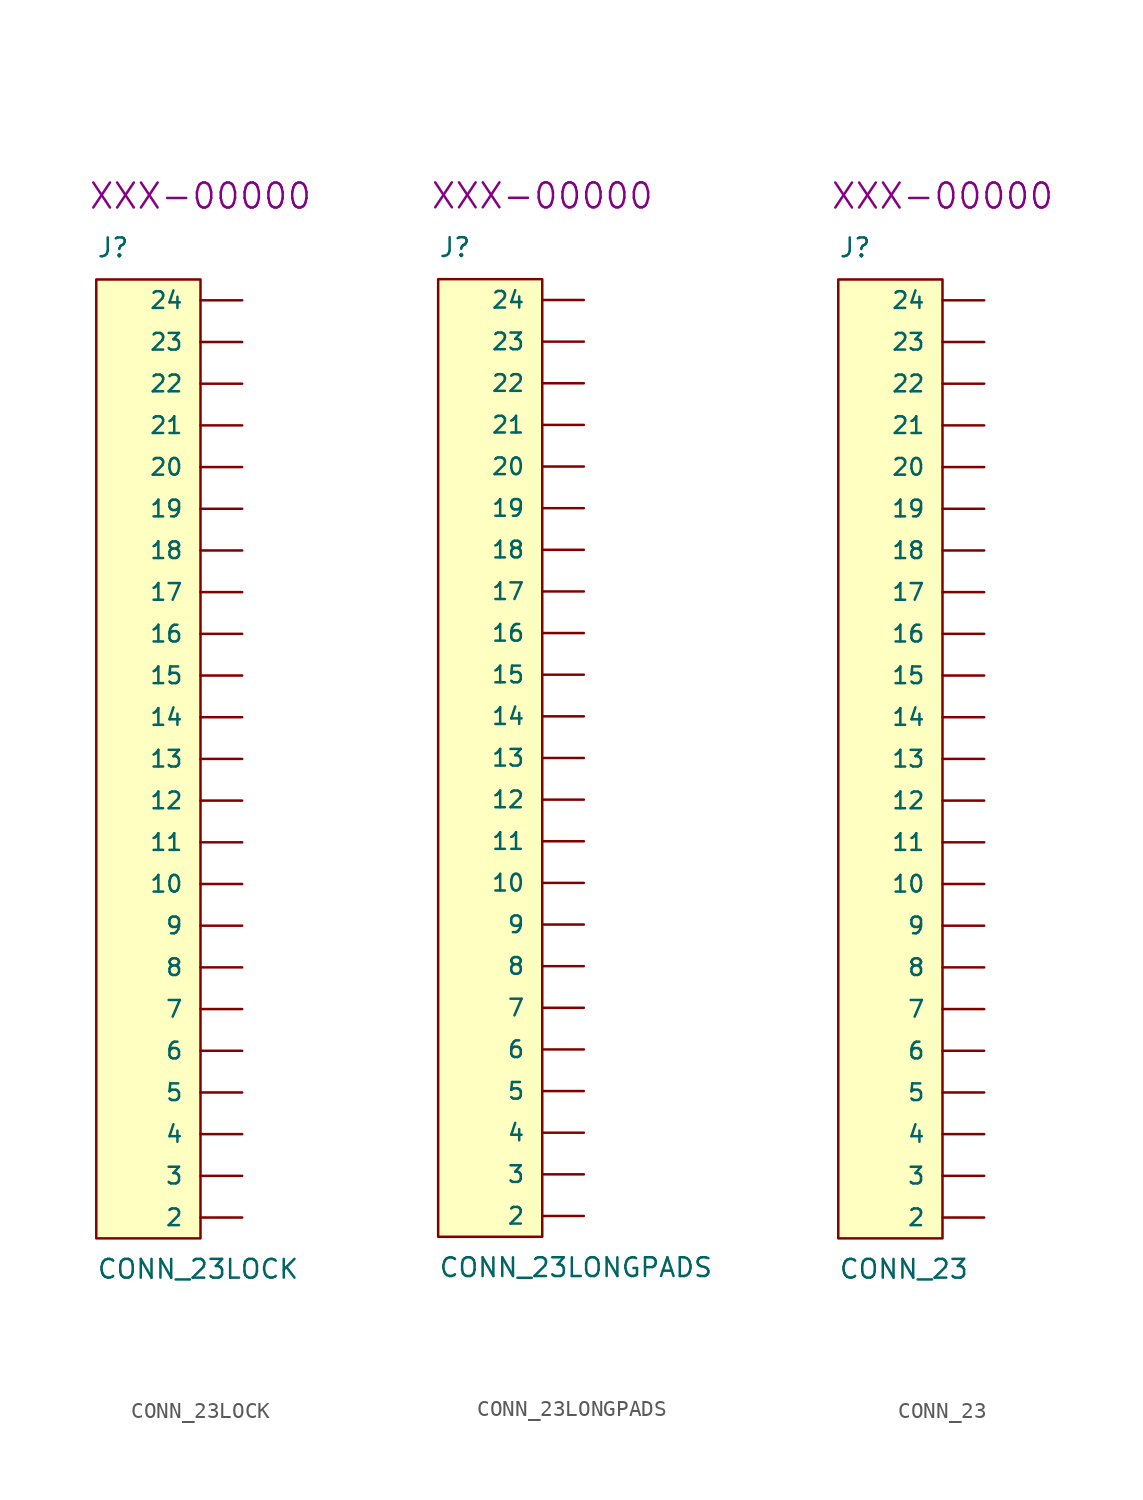
<source format=kicad_sym>
(kicad_symbol_lib
  (version 20201005)
  (generator kicad_symbol_editor)
  (symbol "CONN_23LOCK"
    (pin_numbers hide)
    (pin_names
      (offset 1.016))
    (property "Reference" "J"
      (at -6.35 58.42 0)
      (effects (font (size 1.143 1.143)) (justify left bottom)))
    (property "Value" "CONN_23LOCK"
      (at -6.35 -3.81 0)
      (effects (font (size 1.143 1.143)) (justify left bottom)))
    (property "Field4" "XXX-00000"
      (at 0 62.23 0)
      (effects (font (size 1.524 1.524))))
    (property "ki_locked" ""
      (at 0 0 0)
      (effects (font (size 1.27 1.27))))
    (symbol "CONN_23LOCK_0_1"
      (rectangle (start 0 -1.27) (end -6.35 57.15) (stroke (width 0)) (fill (type background))))
    (symbol "CONN_23LOCK_1_1"
      (pin passive line (at 2.54 0 180) (length 2.54) (name "2" (effects (font (size 1.016 1.016)))) (number "2" (effects (font (size 1.016 1.016)))))
      (pin passive line (at 2.54 2.54 180) (length 2.54) (name "3" (effects (font (size 1.016 1.016)))) (number "3" (effects (font (size 1.016 1.016)))))
      (pin passive line (at 2.54 5.08 180) (length 2.54) (name "4" (effects (font (size 1.016 1.016)))) (number "4" (effects (font (size 1.016 1.016)))))
      (pin passive line (at 2.54 7.62 180) (length 2.54) (name "5" (effects (font (size 1.016 1.016)))) (number "5" (effects (font (size 1.016 1.016)))))
      (pin passive line (at 2.54 10.16 180) (length 2.54) (name "6" (effects (font (size 1.016 1.016)))) (number "6" (effects (font (size 1.016 1.016)))))
      (pin passive line (at 2.54 12.7 180) (length 2.54) (name "7" (effects (font (size 1.016 1.016)))) (number "7" (effects (font (size 1.016 1.016)))))
      (pin passive line (at 2.54 15.24 180) (length 2.54) (name "8" (effects (font (size 1.016 1.016)))) (number "8" (effects (font (size 1.016 1.016)))))
      (pin passive line (at 2.54 17.78 180) (length 2.54) (name "9" (effects (font (size 1.016 1.016)))) (number "9" (effects (font (size 1.016 1.016)))))
      (pin passive line (at 2.54 20.32 180) (length 2.54) (name "10" (effects (font (size 1.016 1.016)))) (number "10" (effects (font (size 1.016 1.016)))))
      (pin passive line (at 2.54 45.72 180) (length 2.54) (name "20" (effects (font (size 1.016 1.016)))) (number "20" (effects (font (size 1.016 1.016)))))
      (pin passive line (at 2.54 22.86 180) (length 2.54) (name "11" (effects (font (size 1.016 1.016)))) (number "11" (effects (font (size 1.016 1.016)))))
      (pin passive line (at 2.54 48.26 180) (length 2.54) (name "21" (effects (font (size 1.016 1.016)))) (number "21" (effects (font (size 1.016 1.016)))))
      (pin passive line (at 2.54 25.4 180) (length 2.54) (name "12" (effects (font (size 1.016 1.016)))) (number "12" (effects (font (size 1.016 1.016)))))
      (pin passive line (at 2.54 50.8 180) (length 2.54) (name "22" (effects (font (size 1.016 1.016)))) (number "22" (effects (font (size 1.016 1.016)))))
      (pin passive line (at 2.54 27.94 180) (length 2.54) (name "13" (effects (font (size 1.016 1.016)))) (number "13" (effects (font (size 1.016 1.016)))))
      (pin passive line (at 2.54 53.34 180) (length 2.54) (name "23" (effects (font (size 1.016 1.016)))) (number "23" (effects (font (size 1.016 1.016)))))
      (pin passive line (at 2.54 30.48 180) (length 2.54) (name "14" (effects (font (size 1.016 1.016)))) (number "14" (effects (font (size 1.016 1.016)))))
      (pin passive line (at 2.54 55.88 180) (length 2.54) (name "24" (effects (font (size 1.016 1.016)))) (number "24" (effects (font (size 1.016 1.016)))))
      (pin passive line (at 2.54 33.02 180) (length 2.54) (name "15" (effects (font (size 1.016 1.016)))) (number "15" (effects (font (size 1.016 1.016)))))
      (pin passive line (at 2.54 35.56 180) (length 2.54) (name "16" (effects (font (size 1.016 1.016)))) (number "16" (effects (font (size 1.016 1.016)))))
      (pin passive line (at 2.54 38.1 180) (length 2.54) (name "17" (effects (font (size 1.016 1.016)))) (number "17" (effects (font (size 1.016 1.016)))))
      (pin passive line (at 2.54 40.64 180) (length 2.54) (name "18" (effects (font (size 1.016 1.016)))) (number "18" (effects (font (size 1.016 1.016)))))
      (pin passive line (at 2.54 43.18 180) (length 2.54) (name "19" (effects (font (size 1.016 1.016)))) (number "19" (effects (font (size 1.016 1.016)))))))
  (symbol "CONN_23LONGPADS"
    (pin_numbers hide)
    (pin_names
      (offset 1.016))
    (property "Reference" "J"
      (at -6.35 58.42 0)
      (effects (font (size 1.143 1.143)) (justify left bottom)))
    (property "Value" "CONN_23LONGPADS"
      (at -6.35 -3.81 0)
      (effects (font (size 1.143 1.143)) (justify left bottom)))
    (property "Field4" "XXX-00000"
      (at 0 62.23 0)
      (effects (font (size 1.524 1.524))))
    (property "ki_locked" ""
      (at 0 0 0)
      (effects (font (size 1.27 1.27))))
    (symbol "CONN_23LONGPADS_0_1"
      (rectangle (start 0 -1.27) (end -6.35 57.15) (stroke (width 0)) (fill (type background))))
    (symbol "CONN_23LONGPADS_1_1"
      (pin passive line (at 2.54 0 180) (length 2.54) (name "2" (effects (font (size 1.016 1.016)))) (number "2" (effects (font (size 1.016 1.016)))))
      (pin passive line (at 2.54 2.54 180) (length 2.54) (name "3" (effects (font (size 1.016 1.016)))) (number "3" (effects (font (size 1.016 1.016)))))
      (pin passive line (at 2.54 5.08 180) (length 2.54) (name "4" (effects (font (size 1.016 1.016)))) (number "4" (effects (font (size 1.016 1.016)))))
      (pin passive line (at 2.54 7.62 180) (length 2.54) (name "5" (effects (font (size 1.016 1.016)))) (number "5" (effects (font (size 1.016 1.016)))))
      (pin passive line (at 2.54 10.16 180) (length 2.54) (name "6" (effects (font (size 1.016 1.016)))) (number "6" (effects (font (size 1.016 1.016)))))
      (pin passive line (at 2.54 12.7 180) (length 2.54) (name "7" (effects (font (size 1.016 1.016)))) (number "7" (effects (font (size 1.016 1.016)))))
      (pin passive line (at 2.54 15.24 180) (length 2.54) (name "8" (effects (font (size 1.016 1.016)))) (number "8" (effects (font (size 1.016 1.016)))))
      (pin passive line (at 2.54 17.78 180) (length 2.54) (name "9" (effects (font (size 1.016 1.016)))) (number "9" (effects (font (size 1.016 1.016)))))
      (pin passive line (at 2.54 20.32 180) (length 2.54) (name "10" (effects (font (size 1.016 1.016)))) (number "10" (effects (font (size 1.016 1.016)))))
      (pin passive line (at 2.54 45.72 180) (length 2.54) (name "20" (effects (font (size 1.016 1.016)))) (number "20" (effects (font (size 1.016 1.016)))))
      (pin passive line (at 2.54 22.86 180) (length 2.54) (name "11" (effects (font (size 1.016 1.016)))) (number "11" (effects (font (size 1.016 1.016)))))
      (pin passive line (at 2.54 48.26 180) (length 2.54) (name "21" (effects (font (size 1.016 1.016)))) (number "21" (effects (font (size 1.016 1.016)))))
      (pin passive line (at 2.54 25.4 180) (length 2.54) (name "12" (effects (font (size 1.016 1.016)))) (number "12" (effects (font (size 1.016 1.016)))))
      (pin passive line (at 2.54 50.8 180) (length 2.54) (name "22" (effects (font (size 1.016 1.016)))) (number "22" (effects (font (size 1.016 1.016)))))
      (pin passive line (at 2.54 27.94 180) (length 2.54) (name "13" (effects (font (size 1.016 1.016)))) (number "13" (effects (font (size 1.016 1.016)))))
      (pin passive line (at 2.54 53.34 180) (length 2.54) (name "23" (effects (font (size 1.016 1.016)))) (number "23" (effects (font (size 1.016 1.016)))))
      (pin passive line (at 2.54 30.48 180) (length 2.54) (name "14" (effects (font (size 1.016 1.016)))) (number "14" (effects (font (size 1.016 1.016)))))
      (pin passive line (at 2.54 55.88 180) (length 2.54) (name "24" (effects (font (size 1.016 1.016)))) (number "24" (effects (font (size 1.016 1.016)))))
      (pin passive line (at 2.54 33.02 180) (length 2.54) (name "15" (effects (font (size 1.016 1.016)))) (number "15" (effects (font (size 1.016 1.016)))))
      (pin passive line (at 2.54 35.56 180) (length 2.54) (name "16" (effects (font (size 1.016 1.016)))) (number "16" (effects (font (size 1.016 1.016)))))
      (pin passive line (at 2.54 38.1 180) (length 2.54) (name "17" (effects (font (size 1.016 1.016)))) (number "17" (effects (font (size 1.016 1.016)))))
      (pin passive line (at 2.54 40.64 180) (length 2.54) (name "18" (effects (font (size 1.016 1.016)))) (number "18" (effects (font (size 1.016 1.016)))))
      (pin passive line (at 2.54 43.18 180) (length 2.54) (name "19" (effects (font (size 1.016 1.016)))) (number "19" (effects (font (size 1.016 1.016)))))))
  (symbol "CONN_23"
    (pin_numbers hide)
    (pin_names
      (offset 1.016))
    (property "Reference" "J"
      (at -6.35 58.42 0)
      (effects (font (size 1.143 1.143)) (justify left bottom)))
    (property "Value" "CONN_23"
      (at -6.35 -3.81 0)
      (effects (font (size 1.143 1.143)) (justify left bottom)))
    (property "Field4" "XXX-00000"
      (at 0 62.23 0)
      (effects (font (size 1.524 1.524))))
    (property "ki_locked" ""
      (at 0 0 0)
      (effects (font (size 1.27 1.27))))
    (symbol "CONN_23_0_1"
      (rectangle (start 0 -1.27) (end -6.35 57.15) (stroke (width 0)) (fill (type background))))
    (symbol "CONN_23_1_1"
      (pin passive line (at 2.54 0 180) (length 2.54) (name "2" (effects (font (size 1.016 1.016)))) (number "2" (effects (font (size 1.016 1.016)))))
      (pin passive line (at 2.54 2.54 180) (length 2.54) (name "3" (effects (font (size 1.016 1.016)))) (number "3" (effects (font (size 1.016 1.016)))))
      (pin passive line (at 2.54 5.08 180) (length 2.54) (name "4" (effects (font (size 1.016 1.016)))) (number "4" (effects (font (size 1.016 1.016)))))
      (pin passive line (at 2.54 7.62 180) (length 2.54) (name "5" (effects (font (size 1.016 1.016)))) (number "5" (effects (font (size 1.016 1.016)))))
      (pin passive line (at 2.54 10.16 180) (length 2.54) (name "6" (effects (font (size 1.016 1.016)))) (number "6" (effects (font (size 1.016 1.016)))))
      (pin passive line (at 2.54 12.7 180) (length 2.54) (name "7" (effects (font (size 1.016 1.016)))) (number "7" (effects (font (size 1.016 1.016)))))
      (pin passive line (at 2.54 15.24 180) (length 2.54) (name "8" (effects (font (size 1.016 1.016)))) (number "8" (effects (font (size 1.016 1.016)))))
      (pin passive line (at 2.54 17.78 180) (length 2.54) (name "9" (effects (font (size 1.016 1.016)))) (number "9" (effects (font (size 1.016 1.016)))))
      (pin passive line (at 2.54 20.32 180) (length 2.54) (name "10" (effects (font (size 1.016 1.016)))) (number "10" (effects (font (size 1.016 1.016)))))
      (pin passive line (at 2.54 45.72 180) (length 2.54) (name "20" (effects (font (size 1.016 1.016)))) (number "20" (effects (font (size 1.016 1.016)))))
      (pin passive line (at 2.54 22.86 180) (length 2.54) (name "11" (effects (font (size 1.016 1.016)))) (number "11" (effects (font (size 1.016 1.016)))))
      (pin passive line (at 2.54 48.26 180) (length 2.54) (name "21" (effects (font (size 1.016 1.016)))) (number "21" (effects (font (size 1.016 1.016)))))
      (pin passive line (at 2.54 25.4 180) (length 2.54) (name "12" (effects (font (size 1.016 1.016)))) (number "12" (effects (font (size 1.016 1.016)))))
      (pin passive line (at 2.54 50.8 180) (length 2.54) (name "22" (effects (font (size 1.016 1.016)))) (number "22" (effects (font (size 1.016 1.016)))))
      (pin passive line (at 2.54 27.94 180) (length 2.54) (name "13" (effects (font (size 1.016 1.016)))) (number "13" (effects (font (size 1.016 1.016)))))
      (pin passive line (at 2.54 53.34 180) (length 2.54) (name "23" (effects (font (size 1.016 1.016)))) (number "23" (effects (font (size 1.016 1.016)))))
      (pin passive line (at 2.54 30.48 180) (length 2.54) (name "14" (effects (font (size 1.016 1.016)))) (number "14" (effects (font (size 1.016 1.016)))))
      (pin passive line (at 2.54 55.88 180) (length 2.54) (name "24" (effects (font (size 1.016 1.016)))) (number "24" (effects (font (size 1.016 1.016)))))
      (pin passive line (at 2.54 33.02 180) (length 2.54) (name "15" (effects (font (size 1.016 1.016)))) (number "15" (effects (font (size 1.016 1.016)))))
      (pin passive line (at 2.54 35.56 180) (length 2.54) (name "16" (effects (font (size 1.016 1.016)))) (number "16" (effects (font (size 1.016 1.016)))))
      (pin passive line (at 2.54 38.1 180) (length 2.54) (name "17" (effects (font (size 1.016 1.016)))) (number "17" (effects (font (size 1.016 1.016)))))
      (pin passive line (at 2.54 40.64 180) (length 2.54) (name "18" (effects (font (size 1.016 1.016)))) (number "18" (effects (font (size 1.016 1.016)))))
      (pin passive line (at 2.54 43.18 180) (length 2.54) (name "19" (effects (font (size 1.016 1.016)))) (number "19" (effects (font (size 1.016 1.016))))))))
</source>
